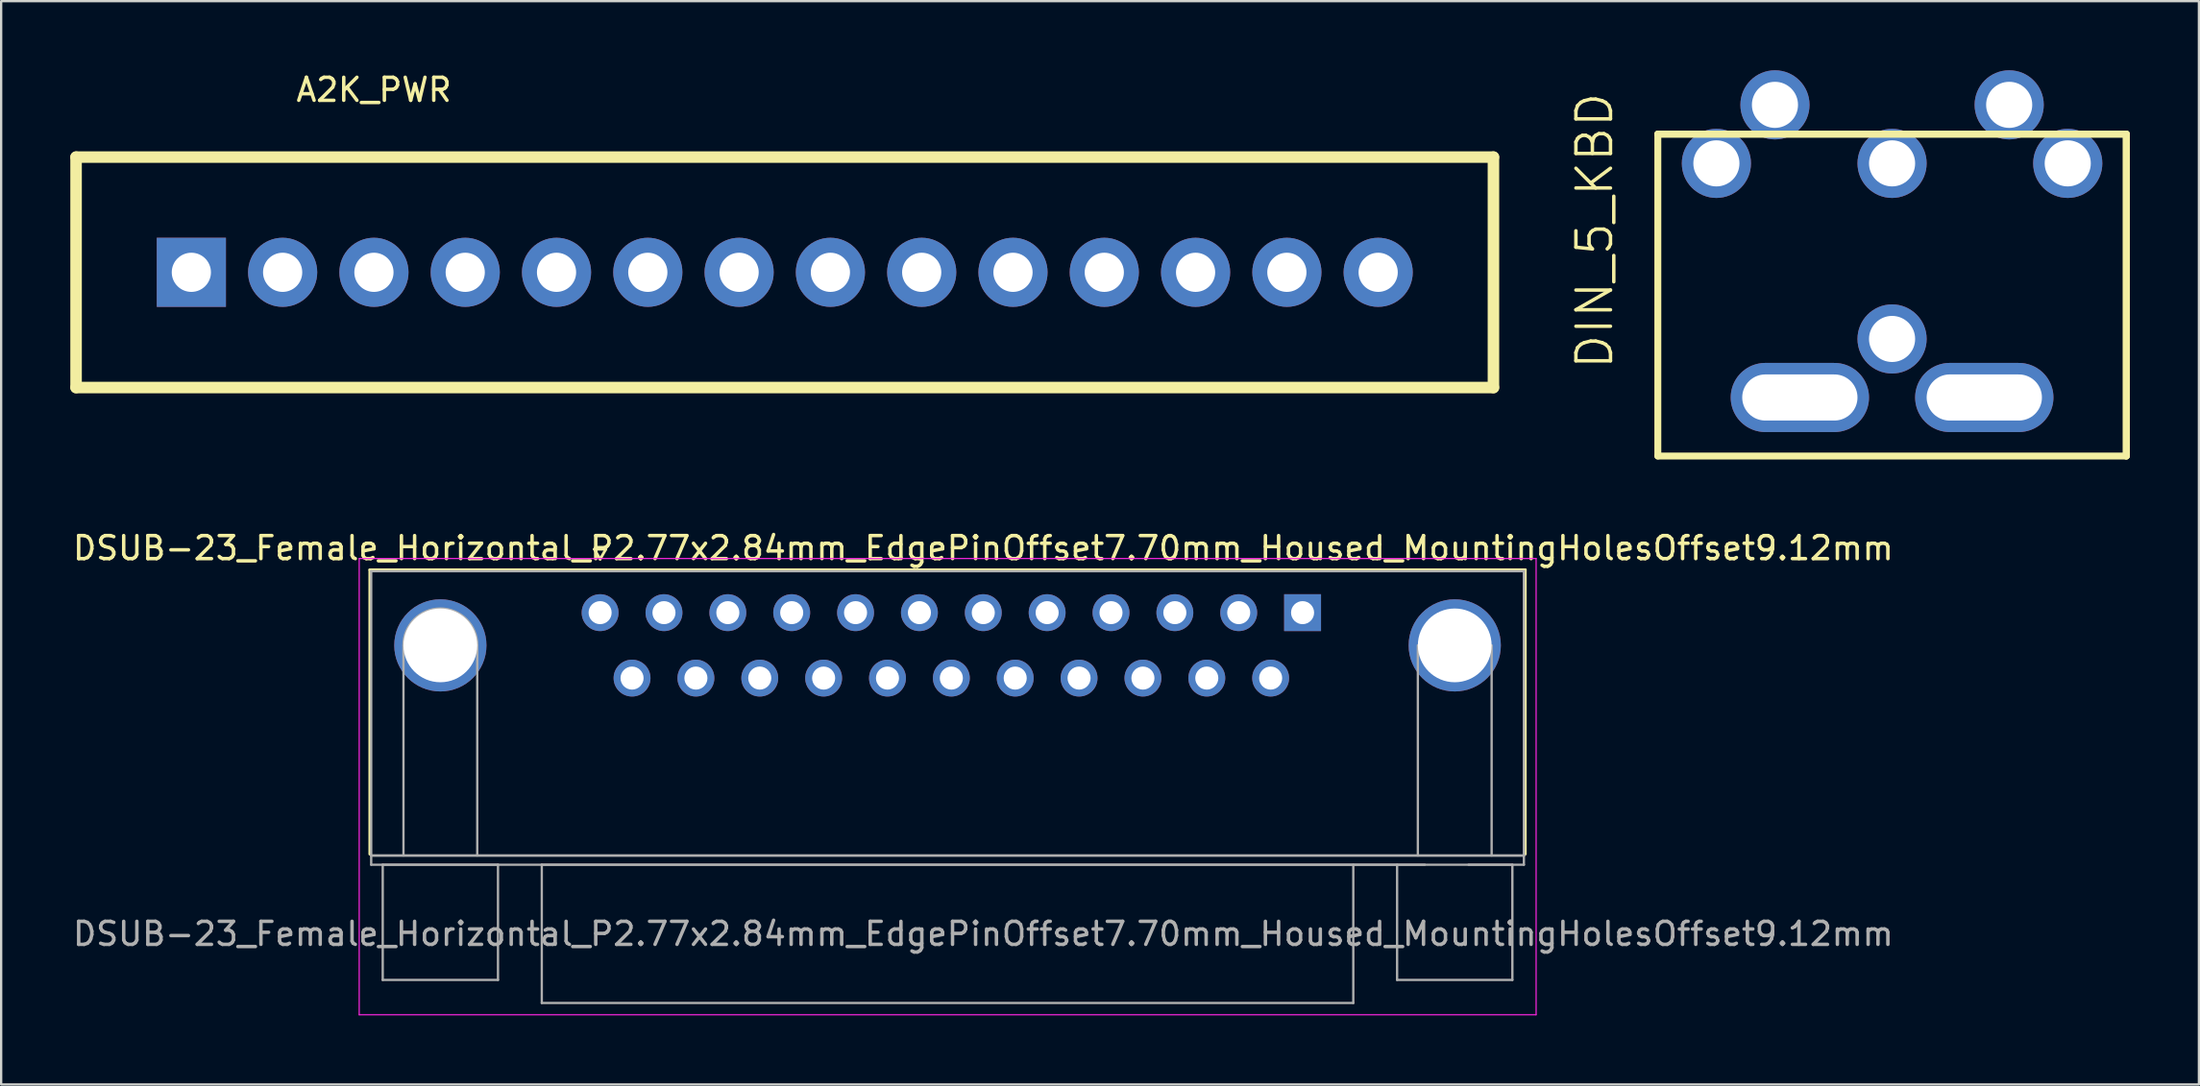
<source format=kicad_pcb>
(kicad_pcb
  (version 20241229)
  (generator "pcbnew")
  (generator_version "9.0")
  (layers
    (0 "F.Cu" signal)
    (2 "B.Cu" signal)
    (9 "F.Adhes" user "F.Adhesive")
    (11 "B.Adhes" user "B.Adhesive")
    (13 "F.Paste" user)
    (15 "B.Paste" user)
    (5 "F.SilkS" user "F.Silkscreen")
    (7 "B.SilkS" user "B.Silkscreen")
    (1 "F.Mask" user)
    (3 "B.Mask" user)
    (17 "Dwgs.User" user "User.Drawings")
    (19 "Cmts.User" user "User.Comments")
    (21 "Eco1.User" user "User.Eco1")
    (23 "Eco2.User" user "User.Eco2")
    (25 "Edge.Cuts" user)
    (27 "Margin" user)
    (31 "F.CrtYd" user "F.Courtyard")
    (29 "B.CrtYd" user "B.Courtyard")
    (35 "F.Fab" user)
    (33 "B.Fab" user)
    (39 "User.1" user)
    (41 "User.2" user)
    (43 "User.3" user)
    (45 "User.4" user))
  (footprint "A2K_PWR"
    (layer "F.Cu")
    (at 5.25 8.768)
    (property "Reference" "A2K_PWR" (at 7.92 -7.92 0) (layer "F.SilkS") (effects (font (size 1 1) (thickness 0.15))))
    (attr through_hole)
    (fp_line (start -5 -5) (end -5 5) (stroke (width 0.5) (type solid)) (layer "F.SilkS"))
    (fp_line (start -5 -5) (end 56.48 -5) (stroke (width 0.5) (type solid)) (layer "F.SilkS"))
    (fp_line (start -5 5) (end 56.48 5) (stroke (width 0.5) (type solid)) (layer "F.SilkS"))
    (fp_line (start 56.48 -5) (end 56.48 5) (stroke (width 0.5) (type solid)) (layer "F.SilkS"))
    (pad "1" thru_hole rect (at 0 0) (size 3 3) (drill 1.7) (layers "*.Cu" "*.Mask"))
    (pad "2" thru_hole circle (at 3.96 0) (size 3 3) (drill 1.7) (layers "*.Cu" "*.Mask"))
    (pad "3" thru_hole circle (at 7.92 0) (size 3 3) (drill 1.7) (layers "*.Cu" "*.Mask"))
    (pad "4" thru_hole circle (at 11.88 0) (size 3 3) (drill 1.7) (layers "*.Cu" "*.Mask"))
    (pad "5" thru_hole circle (at 15.84 0) (size 3 3) (drill 1.7) (layers "*.Cu" "*.Mask"))
    (pad "6" thru_hole circle (at 19.8 0) (size 3 3) (drill 1.7) (layers "*.Cu" "*.Mask"))
    (pad "7" thru_hole circle (at 23.76 0) (size 3 3) (drill 1.7) (layers "*.Cu" "*.Mask"))
    (pad "8" thru_hole circle (at 27.72 0) (size 3 3) (drill 1.7) (layers "*.Cu" "*.Mask"))
    (pad "9" thru_hole circle (at 31.68 0) (size 3 3) (drill 1.7) (layers "*.Cu" "*.Mask"))
    (pad "10" thru_hole circle (at 35.64 0) (size 3 3) (drill 1.7) (layers "*.Cu" "*.Mask"))
    (pad "11" thru_hole circle (at 39.6 0) (size 3 3) (drill 1.7) (layers "*.Cu" "*.Mask"))
    (pad "12" thru_hole circle (at 43.56 0) (size 3 3) (drill 1.7) (layers "*.Cu" "*.Mask"))
    (pad "13" thru_hole circle (at 47.52 0) (size 3 3) (drill 1.7) (layers "*.Cu" "*.Mask"))
    (pad "14" thru_hole circle (at 51.48 0) (size 3 3) (drill 1.7) (layers "*.Cu" "*.Mask")))
  (footprint "DSUB-23_Female_Horizontal_P2.77x2.84mm_EdgePinOffset7.70mm_Housed_MountingHolesOffset9.12mm"
    (layer "F.Cu")
    (at 22.981 23.538)
    (property "Reference" "DSUB-23_Female_Horizontal_P2.77x2.84mm_EdgePinOffset7.70mm_Housed_MountingHolesOffset9.12mm" (at 16.62 -2.8 0) (layer "F.SilkS") (effects (font (size 1 1) (thickness 0.15))))
    (attr through_hole)
    (fp_line (start -9.99 -1.86) (end 40.13 -1.86) (stroke (width 0.12) (type solid)) (layer "F.SilkS"))
    (fp_line (start -9.99 10.48) (end -9.99 -1.86) (stroke (width 0.12) (type solid)) (layer "F.SilkS"))
    (fp_line (start -0.25 -2.754) (end 0.25 -2.754) (stroke (width 0.12) (type solid)) (layer "F.SilkS"))
    (fp_line (start 0 -2.321) (end -0.25 -2.754) (stroke (width 0.12) (type solid)) (layer "F.SilkS"))
    (fp_line (start 0.25 -2.754) (end 0 -2.321) (stroke (width 0.12) (type solid)) (layer "F.SilkS"))
    (fp_line (start 40.13 -1.86) (end 40.13 10.48) (stroke (width 0.12) (type solid)) (layer "F.SilkS"))
    (fp_line (start -10.45 -2.35) (end -10.45 17.45) (stroke (width 0.05) (type solid)) (layer "F.CrtYd"))
    (fp_line (start -10.45 17.45) (end 40.6 17.45) (stroke (width 0.05) (type solid)) (layer "F.CrtYd"))
    (fp_line (start 40.6 -2.35) (end -10.45 -2.35) (stroke (width 0.05) (type solid)) (layer "F.CrtYd"))
    (fp_line (start 40.6 17.45) (end 40.6 -2.35) (stroke (width 0.05) (type solid)) (layer "F.CrtYd"))
    (fp_line (start -9.93 -1.8) (end -9.93 10.54) (stroke (width 0.1) (type solid)) (layer "F.Fab"))
    (fp_line (start -9.93 10.54) (end -9.93 10.94) (stroke (width 0.1) (type solid)) (layer "F.Fab"))
    (fp_line (start -9.93 10.54) (end 40.07 10.54) (stroke (width 0.1) (type solid)) (layer "F.Fab"))
    (fp_line (start -9.93 10.94) (end 40.07 10.94) (stroke (width 0.1) (type solid)) (layer "F.Fab"))
    (fp_line (start -9.43 10.94) (end -9.43 15.94) (stroke (width 0.1) (type solid)) (layer "F.Fab"))
    (fp_line (start -9.43 15.94) (end -4.43 15.94) (stroke (width 0.1) (type solid)) (layer "F.Fab"))
    (fp_line (start -8.53 10.54) (end -8.53 1.42) (stroke (width 0.1) (type solid)) (layer "F.Fab"))
    (fp_line (start -5.33 10.54) (end -5.33 1.42) (stroke (width 0.1) (type solid)) (layer "F.Fab"))
    (fp_line (start -4.43 10.94) (end -9.43 10.94) (stroke (width 0.1) (type solid)) (layer "F.Fab"))
    (fp_line (start -4.43 15.94) (end -4.43 10.94) (stroke (width 0.1) (type solid)) (layer "F.Fab"))
    (fp_line (start -2.53 10.94) (end -2.53 16.94) (stroke (width 0.1) (type solid)) (layer "F.Fab"))
    (fp_line (start -2.53 16.94) (end 32.67 16.94) (stroke (width 0.1) (type solid)) (layer "F.Fab"))
    (fp_line (start 32.67 16.94) (end 32.67 10.94) (stroke (width 0.1) (type solid)) (layer "F.Fab"))
    (fp_line (start 34.57 10.94) (end 34.57 15.94) (stroke (width 0.1) (type solid)) (layer "F.Fab"))
    (fp_line (start 34.57 15.94) (end 39.57 15.94) (stroke (width 0.1) (type solid)) (layer "F.Fab"))
    (fp_line (start 35.47 10.54) (end 35.47 1.42) (stroke (width 0.1) (type solid)) (layer "F.Fab"))
    (fp_line (start 35.77 10.94) (end -2.53 10.94) (stroke (width 0.1) (type solid)) (layer "F.Fab"))
    (fp_line (start 38.67 10.54) (end 38.67 1.42) (stroke (width 0.1) (type solid)) (layer "F.Fab"))
    (fp_line (start 39.57 10.94) (end 37.67 10.94) (stroke (width 0.1) (type solid)) (layer "F.Fab"))
    (fp_line (start 39.57 15.94) (end 39.57 10.94) (stroke (width 0.1) (type solid)) (layer "F.Fab"))
    (fp_line (start 40.07 -1.8) (end -9.93 -1.8) (stroke (width 0.1) (type solid)) (layer "F.Fab"))
    (fp_line (start 40.07 10.54) (end -9.93 10.54) (stroke (width 0.1) (type solid)) (layer "F.Fab"))
    (fp_line (start 40.07 10.54) (end 40.07 -1.8) (stroke (width 0.1) (type solid)) (layer "F.Fab"))
    (fp_line (start 40.07 10.94) (end 40.07 10.54) (stroke (width 0.1) (type solid)) (layer "F.Fab"))
    (fp_arc (start -8.53 1.42) (mid -6.93 -0.18) (end -5.33 1.42) (stroke (width 0.1) (type solid)) (layer "F.Fab"))
    (fp_arc (start 38.57 1.42) (mid 37.07 2.92) (end 35.57 1.42) (stroke (width 0.1) (type solid)) (layer "F.Fab"))
    (fp_text user "${REFERENCE}" (at 16.62 13.94 0) (layer "F.Fab") (effects (font (size 1 1) (thickness 0.15))))
    (pad "" thru_hole circle (at -6.93 1.42) (size 4 4) (drill 3.2) (layers "*.Cu" "*.Mask"))
    (pad "" thru_hole circle (at 37.07 1.42) (size 4 4) (drill 3.2) (layers "*.Cu" "*.Mask"))
    (pad "1" thru_hole rect (at 30.47 0) (size 1.6 1.6) (drill 1) (layers "*.Cu" "*.Mask"))
    (pad "2" thru_hole circle (at 27.7 0) (size 1.6 1.6) (drill 1) (layers "*.Cu" "*.Mask"))
    (pad "3" thru_hole circle (at 24.93 0) (size 1.6 1.6) (drill 1) (layers "*.Cu" "*.Mask"))
    (pad "4" thru_hole circle (at 22.16 0) (size 1.6 1.6) (drill 1) (layers "*.Cu" "*.Mask"))
    (pad "5" thru_hole circle (at 19.39 0) (size 1.6 1.6) (drill 1) (layers "*.Cu" "*.Mask"))
    (pad "6" thru_hole circle (at 16.62 0) (size 1.6 1.6) (drill 1) (layers "*.Cu" "*.Mask"))
    (pad "7" thru_hole circle (at 13.85 0) (size 1.6 1.6) (drill 1) (layers "*.Cu" "*.Mask"))
    (pad "8" thru_hole circle (at 11.08 0) (size 1.6 1.6) (drill 1) (layers "*.Cu" "*.Mask"))
    (pad "9" thru_hole circle (at 8.31 0) (size 1.6 1.6) (drill 1) (layers "*.Cu" "*.Mask"))
    (pad "10" thru_hole circle (at 5.54 0) (size 1.6 1.6) (drill 1) (layers "*.Cu" "*.Mask"))
    (pad "11" thru_hole circle (at 2.77 0) (size 1.6 1.6) (drill 1) (layers "*.Cu" "*.Mask"))
    (pad "12" thru_hole circle (at 0 0) (size 1.6 1.6) (drill 1) (layers "*.Cu" "*.Mask"))
    (pad "13" thru_hole circle (at 29.085 2.84) (size 1.6 1.6) (drill 1) (layers "*.Cu" "*.Mask"))
    (pad "14" thru_hole circle (at 26.315 2.84) (size 1.6 1.6) (drill 1) (layers "*.Cu" "*.Mask"))
    (pad "15" thru_hole circle (at 23.545 2.84) (size 1.6 1.6) (drill 1) (layers "*.Cu" "*.Mask"))
    (pad "16" thru_hole circle (at 20.775 2.84) (size 1.6 1.6) (drill 1) (layers "*.Cu" "*.Mask"))
    (pad "17" thru_hole circle (at 18.005 2.84) (size 1.6 1.6) (drill 1) (layers "*.Cu" "*.Mask"))
    (pad "18" thru_hole circle (at 15.235 2.84) (size 1.6 1.6) (drill 1) (layers "*.Cu" "*.Mask"))
    (pad "19" thru_hole circle (at 12.465 2.84) (size 1.6 1.6) (drill 1) (layers "*.Cu" "*.Mask"))
    (pad "20" thru_hole circle (at 9.695 2.84) (size 1.6 1.6) (drill 1) (layers "*.Cu" "*.Mask"))
    (pad "21" thru_hole circle (at 6.925 2.84) (size 1.6 1.6) (drill 1) (layers "*.Cu" "*.Mask"))
    (pad "22" thru_hole circle (at 4.155 2.84) (size 1.6 1.6) (drill 1) (layers "*.Cu" "*.Mask"))
    (pad "23" thru_hole circle (at 1.385 2.84) (size 1.6 1.6) (drill 1) (layers "*.Cu" "*.Mask")))
  (footprint "DIN_5_KBD"
    (layer "F.Cu")
    (at 79.021 4.04)
    (property "Reference" "DIN_5_KBD" (at -12.9 2.925 90) (layer "F.SilkS") (effects (font (size 1.5 1.5) (thickness 0.15))))
    (attr through_hole)
    (fp_line (start -10.16 -1.27) (end -10.16 12.7) (stroke (width 0.3) (type solid)) (layer "F.SilkS"))
    (fp_line (start -10.16 -1.27) (end 10.16 -1.27) (stroke (width 0.3) (type solid)) (layer "F.SilkS"))
    (fp_line (start -10.16 12.7) (end 10.16 12.7) (stroke (width 0.3) (type solid)) (layer "F.SilkS"))
    (fp_line (start 10.16 -1.27) (end -10.16 -1.27) (stroke (width 0.3) (type solid)) (layer "F.SilkS"))
    (fp_line (start 10.16 -1.27) (end 10.16 12.7) (stroke (width 0.3) (type solid)) (layer "F.SilkS"))
    (fp_line (start 10.16 12.7) (end 10.16 -1.27) (stroke (width 0.3) (type solid)) (layer "F.SilkS"))
    (pad "" thru_hole oval (at -4 10.16) (size 6 3) (drill oval 5 2) (layers "*.Cu" "*.Mask"))
    (pad "" thru_hole circle (at 0 7.62) (size 3 3) (drill 2) (layers "*.Cu" "*.Mask"))
    (pad "" thru_hole oval (at 4 10.16) (size 6 3) (drill oval 5 2) (layers "*.Cu" "*.Mask"))
    (pad "1" thru_hole circle (at -7.62 0) (size 3 3) (drill 2) (layers "*.Cu" "*.Mask"))
    (pad "2" thru_hole circle (at 0 0) (size 3 3) (drill 2) (layers "*.Cu" "*.Mask"))
    (pad "3" thru_hole circle (at 7.62 0) (size 3 3) (drill 2) (layers "*.Cu" "*.Mask"))
    (pad "4" thru_hole circle (at -5.08 -2.54) (size 3 3) (drill 2) (layers "*.Cu" "*.Mask"))
    (pad "5" thru_hole circle (at 5.08 -2.54) (size 3 3) (drill 2) (layers "*.Cu" "*.Mask")))
  (gr_rect
    (start -3 -3)
    (end 92.331 44.013)
    (stroke (width 0.1) (type default))
    (fill no)
    (layer "Edge.Cuts")))
</source>
